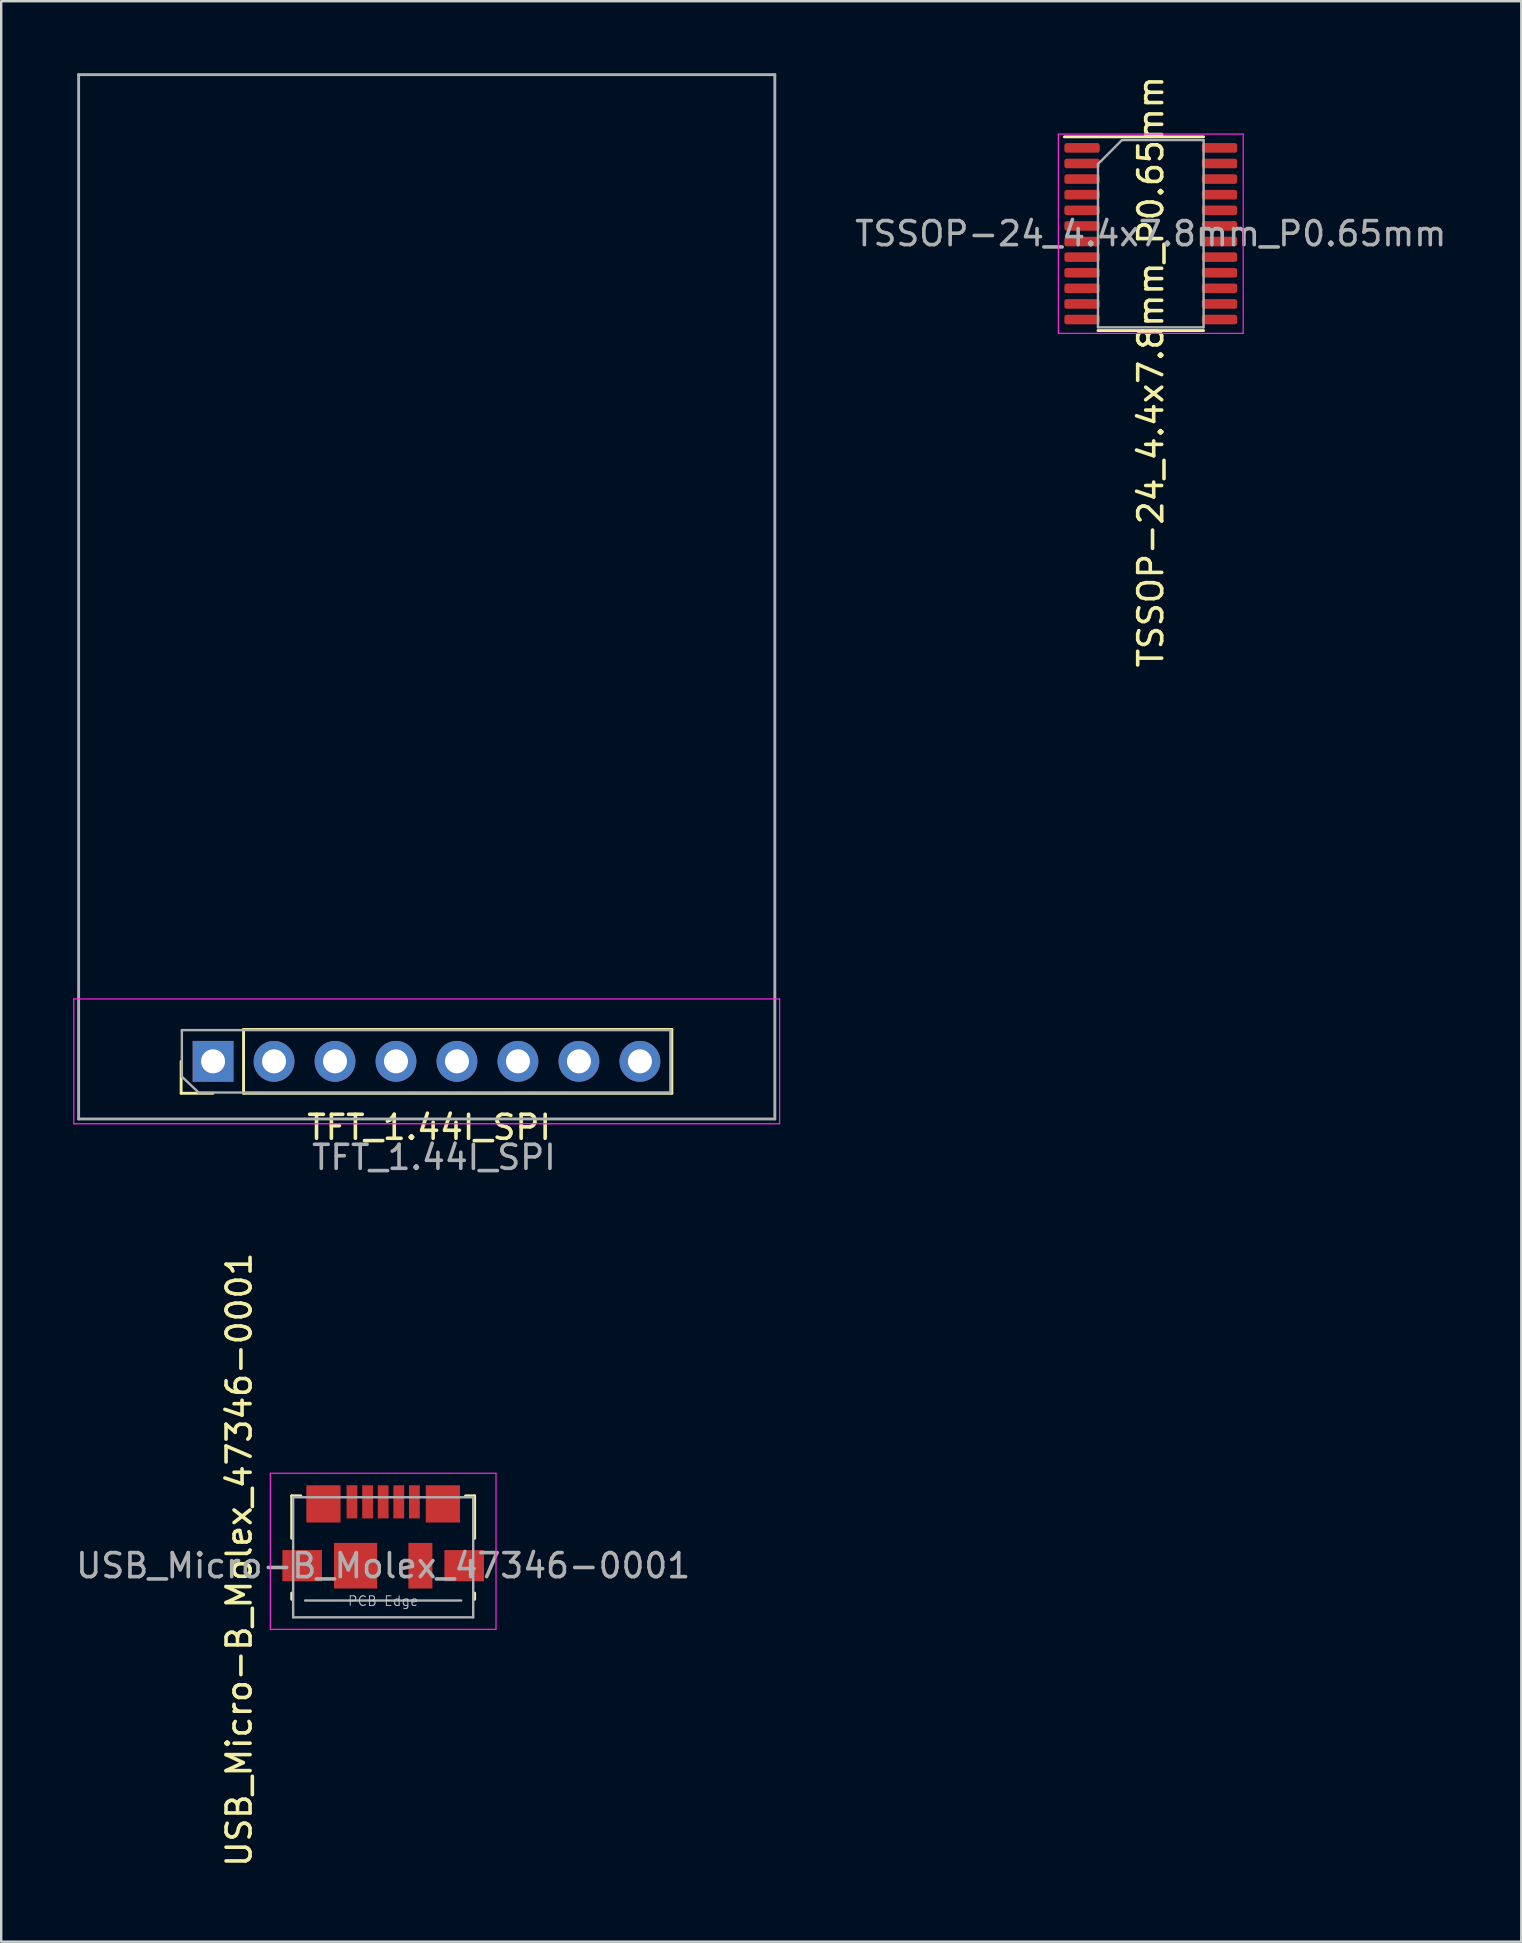
<source format=kicad_pcb>
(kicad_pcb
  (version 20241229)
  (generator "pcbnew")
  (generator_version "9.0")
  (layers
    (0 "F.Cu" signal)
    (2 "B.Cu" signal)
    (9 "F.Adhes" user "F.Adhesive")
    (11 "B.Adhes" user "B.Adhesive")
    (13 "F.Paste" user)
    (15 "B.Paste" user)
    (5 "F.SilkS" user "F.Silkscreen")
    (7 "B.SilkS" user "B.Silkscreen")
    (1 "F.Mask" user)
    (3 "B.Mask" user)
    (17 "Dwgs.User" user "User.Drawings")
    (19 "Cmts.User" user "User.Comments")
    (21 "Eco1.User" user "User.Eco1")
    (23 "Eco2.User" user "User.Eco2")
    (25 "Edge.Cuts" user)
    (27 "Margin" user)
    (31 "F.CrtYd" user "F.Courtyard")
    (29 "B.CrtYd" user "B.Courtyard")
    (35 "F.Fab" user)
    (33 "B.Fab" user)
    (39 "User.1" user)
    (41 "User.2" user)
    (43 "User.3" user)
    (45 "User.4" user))
  (footprint "USB_Micro-B_Molex_47346-0001"
    (layer "F.Cu")
    (at 12.911 60.969)
    (property "Reference" "USB_Micro-B_Molex_47346-0001" (at -6 0.95 90) (layer "F.SilkS") (effects (font (size 1 1) (thickness 0.15))))
    (attr smd)
    (fp_line (start -3.81 -1.71) (end -3.43 -1.71) (stroke (width 0.12) (type solid)) (layer "F.SilkS"))
    (fp_line (start -3.81 0.06) (end -3.81 -1.71) (stroke (width 0.12) (type solid)) (layer "F.SilkS"))
    (fp_line (start -3.81 2.6) (end -3.81 2.34) (stroke (width 0.12) (type solid)) (layer "F.SilkS"))
    (fp_line (start 3.81 -1.71) (end 3.43 -1.71) (stroke (width 0.12) (type solid)) (layer "F.SilkS"))
    (fp_line (start 3.81 -1.71) (end 3.81 0.06) (stroke (width 0.12) (type solid)) (layer "F.SilkS"))
    (fp_line (start 3.81 2.34) (end 3.81 2.6) (stroke (width 0.12) (type solid)) (layer "F.SilkS"))
    (fp_line (start -4.7 -2.65) (end 4.7 -2.65) (stroke (width 0.05) (type solid)) (layer "F.CrtYd"))
    (fp_line (start -4.7 3.85) (end -4.7 -2.65) (stroke (width 0.05) (type solid)) (layer "F.CrtYd"))
    (fp_line (start 4.7 -2.65) (end 4.7 3.85) (stroke (width 0.05) (type solid)) (layer "F.CrtYd"))
    (fp_line (start 4.7 3.85) (end -4.7 3.85) (stroke (width 0.05) (type solid)) (layer "F.CrtYd"))
    (fp_line (start -3.75 -1.65) (end 3.75 -1.65) (stroke (width 0.1) (type solid)) (layer "F.Fab"))
    (fp_line (start -3.75 3.35) (end -3.75 -1.65) (stroke (width 0.1) (type solid)) (layer "F.Fab"))
    (fp_line (start -3.25 2.65) (end 3.25 2.65) (stroke (width 0.1) (type solid)) (layer "F.Fab"))
    (fp_line (start 3.75 -1.65) (end 3.75 3.35) (stroke (width 0.1) (type solid)) (layer "F.Fab"))
    (fp_line (start 3.75 3.35) (end -3.75 3.35) (stroke (width 0.1) (type solid)) (layer "F.Fab"))
    (fp_text user "PCB Edge" (at 0 2.67 180) (layer "Dwgs.User") (effects (font (size 0.4 0.4) (thickness 0.04))))
    (fp_text user "${REFERENCE}" (at 0 1.2 0) (layer "F.Fab") (effects (font (size 1 1) (thickness 0.15))))
    (pad "1" smd rect (at -1.3 -1.46) (size 0.45 1.38) (layers "F.Cu" "F.Mask" "F.Paste"))
    (pad "2" smd rect (at -0.65 -1.46) (size 0.45 1.38) (layers "F.Cu" "F.Mask" "F.Paste"))
    (pad "3" smd rect (at 0 -1.46) (size 0.45 1.38) (layers "F.Cu" "F.Mask" "F.Paste"))
    (pad "4" smd rect (at 0.65 -1.46) (size 0.45 1.38) (layers "F.Cu" "F.Mask" "F.Paste"))
    (pad "5" smd rect (at 1.3 -1.46) (size 0.45 1.38) (layers "F.Cu" "F.Mask" "F.Paste"))
    (pad "6" smd rect (at -3.375 1.2) (size 1.65 1.3) (layers "F.Cu" "F.Mask" "F.Paste"))
    (pad "6" smd rect (at -2.487 -1.375) (size 1.425 1.55) (layers "F.Cu" "F.Mask" "F.Paste"))
    (pad "6" smd rect (at -1.15 1.2) (size 1.8 1.9) (layers "F.Cu" "F.Mask" "F.Paste"))
    (pad "6" smd rect (at 1.55 1.2) (size 1 1.9) (layers "F.Cu" "F.Mask" "F.Paste"))
    (pad "6" smd rect (at 2.487 -1.375) (size 1.425 1.55) (layers "F.Cu" "F.Mask" "F.Paste"))
    (pad "6" smd rect (at 3.375 1.2) (size 1.65 1.3) (layers "F.Cu" "F.Mask" "F.Paste")))
  (footprint "TSSOP-24_4.4x7.8mm_P0.65mm"
    (layer "F.Cu")
    (at 44.885 6.685)
    (property "Reference" "TSSOP-24_4.4x7.8mm_P0.65mm" (at 0 5.75 90) (layer "F.SilkS") (effects (font (size 1 1) (thickness 0.15))))
    (attr smd)
    (fp_line (start 0 -4.035) (end -3.6 -4.035) (stroke (width 0.12) (type solid)) (layer "F.SilkS"))
    (fp_line (start 0 -4.035) (end 2.2 -4.035) (stroke (width 0.12) (type solid)) (layer "F.SilkS"))
    (fp_line (start 0 4.035) (end -2.2 4.035) (stroke (width 0.12) (type solid)) (layer "F.SilkS"))
    (fp_line (start 0 4.035) (end 2.2 4.035) (stroke (width 0.12) (type solid)) (layer "F.SilkS"))
    (fp_line (start -3.85 -4.15) (end -3.85 4.15) (stroke (width 0.05) (type solid)) (layer "F.CrtYd"))
    (fp_line (start -3.85 4.15) (end 3.85 4.15) (stroke (width 0.05) (type solid)) (layer "F.CrtYd"))
    (fp_line (start 3.85 -4.15) (end -3.85 -4.15) (stroke (width 0.05) (type solid)) (layer "F.CrtYd"))
    (fp_line (start 3.85 4.15) (end 3.85 -4.15) (stroke (width 0.05) (type solid)) (layer "F.CrtYd"))
    (fp_line (start -2.2 -2.9) (end -1.2 -3.9) (stroke (width 0.1) (type solid)) (layer "F.Fab"))
    (fp_line (start -2.2 3.9) (end -2.2 -2.9) (stroke (width 0.1) (type solid)) (layer "F.Fab"))
    (fp_line (start -1.2 -3.9) (end 2.2 -3.9) (stroke (width 0.1) (type solid)) (layer "F.Fab"))
    (fp_line (start 2.2 -3.9) (end 2.2 3.9) (stroke (width 0.1) (type solid)) (layer "F.Fab"))
    (fp_line (start 2.2 3.9) (end -2.2 3.9) (stroke (width 0.1) (type solid)) (layer "F.Fab"))
    (fp_text user "${REFERENCE}" (at 0 0 0) (layer "F.Fab") (effects (font (size 1 1) (thickness 0.15))))
    (pad "1" smd roundrect (at -2.862 -3.575) (size 1.475 0.4) (layers "F.Cu" "F.Mask" "F.Paste") (roundrect_rratio 0.25))
    (pad "2" smd roundrect (at -2.862 -2.925) (size 1.475 0.4) (layers "F.Cu" "F.Mask" "F.Paste") (roundrect_rratio 0.25))
    (pad "3" smd roundrect (at -2.862 -2.275) (size 1.475 0.4) (layers "F.Cu" "F.Mask" "F.Paste") (roundrect_rratio 0.25))
    (pad "4" smd roundrect (at -2.862 -1.625) (size 1.475 0.4) (layers "F.Cu" "F.Mask" "F.Paste") (roundrect_rratio 0.25))
    (pad "5" smd roundrect (at -2.862 -0.975) (size 1.475 0.4) (layers "F.Cu" "F.Mask" "F.Paste") (roundrect_rratio 0.25))
    (pad "6" smd roundrect (at -2.862 -0.325) (size 1.475 0.4) (layers "F.Cu" "F.Mask" "F.Paste") (roundrect_rratio 0.25))
    (pad "7" smd roundrect (at -2.862 0.325) (size 1.475 0.4) (layers "F.Cu" "F.Mask" "F.Paste") (roundrect_rratio 0.25))
    (pad "8" smd roundrect (at -2.862 0.975) (size 1.475 0.4) (layers "F.Cu" "F.Mask" "F.Paste") (roundrect_rratio 0.25))
    (pad "9" smd roundrect (at -2.862 1.625) (size 1.475 0.4) (layers "F.Cu" "F.Mask" "F.Paste") (roundrect_rratio 0.25))
    (pad "10" smd roundrect (at -2.862 2.275) (size 1.475 0.4) (layers "F.Cu" "F.Mask" "F.Paste") (roundrect_rratio 0.25))
    (pad "11" smd roundrect (at -2.862 2.925) (size 1.475 0.4) (layers "F.Cu" "F.Mask" "F.Paste") (roundrect_rratio 0.25))
    (pad "12" smd roundrect (at -2.862 3.575) (size 1.475 0.4) (layers "F.Cu" "F.Mask" "F.Paste") (roundrect_rratio 0.25))
    (pad "13" smd roundrect (at 2.862 3.575) (size 1.475 0.4) (layers "F.Cu" "F.Mask" "F.Paste") (roundrect_rratio 0.25))
    (pad "14" smd roundrect (at 2.862 2.925) (size 1.475 0.4) (layers "F.Cu" "F.Mask" "F.Paste") (roundrect_rratio 0.25))
    (pad "15" smd roundrect (at 2.862 2.275) (size 1.475 0.4) (layers "F.Cu" "F.Mask" "F.Paste") (roundrect_rratio 0.25))
    (pad "16" smd roundrect (at 2.862 1.625) (size 1.475 0.4) (layers "F.Cu" "F.Mask" "F.Paste") (roundrect_rratio 0.25))
    (pad "17" smd roundrect (at 2.862 0.975) (size 1.475 0.4) (layers "F.Cu" "F.Mask" "F.Paste") (roundrect_rratio 0.25))
    (pad "18" smd roundrect (at 2.862 0.325) (size 1.475 0.4) (layers "F.Cu" "F.Mask" "F.Paste") (roundrect_rratio 0.25))
    (pad "19" smd roundrect (at 2.862 -0.325) (size 1.475 0.4) (layers "F.Cu" "F.Mask" "F.Paste") (roundrect_rratio 0.25))
    (pad "20" smd roundrect (at 2.862 -0.975) (size 1.475 0.4) (layers "F.Cu" "F.Mask" "F.Paste") (roundrect_rratio 0.25))
    (pad "21" smd roundrect (at 2.862 -1.625) (size 1.475 0.4) (layers "F.Cu" "F.Mask" "F.Paste") (roundrect_rratio 0.25))
    (pad "22" smd roundrect (at 2.862 -2.275) (size 1.475 0.4) (layers "F.Cu" "F.Mask" "F.Paste") (roundrect_rratio 0.25))
    (pad "23" smd roundrect (at 2.862 -2.925) (size 1.475 0.4) (layers "F.Cu" "F.Mask" "F.Paste") (roundrect_rratio 0.25))
    (pad "24" smd roundrect (at 2.862 -3.575) (size 1.475 0.4) (layers "F.Cu" "F.Mask" "F.Paste") (roundrect_rratio 0.25)))
  (footprint "TFT_1.44I_SPI"
    (layer "F.Cu")
    (at 5.825 41.16)
    (property "Reference" "TFT_1.44I_SPI" (at 9 2.75 0) (layer "F.SilkS") (effects (font (size 1 1) (thickness 0.15))))
    (attr through_hole)
    (fp_line (start -1.33 1.33) (end -1.33 0) (stroke (width 0.12) (type solid)) (layer "F.SilkS"))
    (fp_line (start 0 1.33) (end -1.33 1.33) (stroke (width 0.12) (type solid)) (layer "F.SilkS"))
    (fp_line (start 1.27 -1.33) (end 19.11 -1.33) (stroke (width 0.12) (type solid)) (layer "F.SilkS"))
    (fp_line (start 1.27 1.33) (end 1.27 -1.33) (stroke (width 0.12) (type solid)) (layer "F.SilkS"))
    (fp_line (start 1.27 1.33) (end 19.11 1.33) (stroke (width 0.12) (type solid)) (layer "F.SilkS"))
    (fp_line (start 19.11 1.33) (end 19.11 -1.33) (stroke (width 0.12) (type solid)) (layer "F.SilkS"))
    (fp_line (start -5.8 -2.6) (end -5.8 2.6) (stroke (width 0.05) (type solid)) (layer "F.CrtYd"))
    (fp_line (start -5.8 2.6) (end 23.6 2.6) (stroke (width 0.05) (type solid)) (layer "F.CrtYd"))
    (fp_line (start 23.6 -2.6) (end -5.8 -2.6) (stroke (width 0.05) (type solid)) (layer "F.CrtYd"))
    (fp_line (start 23.6 2.6) (end 23.6 -2.6) (stroke (width 0.05) (type solid)) (layer "F.CrtYd"))
    (fp_line (start -5.6 -41.1) (end 23.4 -41.1) (stroke (width 0.12) (type solid)) (layer "F.Fab"))
    (fp_line (start -5.6 2.4) (end -5.6 -41.1) (stroke (width 0.12) (type solid)) (layer "F.Fab"))
    (fp_line (start -1.3 -1.3) (end 19.05 -1.3) (stroke (width 0.1) (type solid)) (layer "F.Fab"))
    (fp_line (start -1.3 0.635) (end -1.3 -1.3) (stroke (width 0.1) (type solid)) (layer "F.Fab"))
    (fp_line (start -0.6 1.3) (end -1.3 0.635) (stroke (width 0.1) (type solid)) (layer "F.Fab"))
    (fp_line (start 19.05 -1.3) (end 19.05 1.3) (stroke (width 0.1) (type solid)) (layer "F.Fab"))
    (fp_line (start 19.05 1.3) (end -0.6 1.3) (stroke (width 0.1) (type solid)) (layer "F.Fab"))
    (fp_line (start 23.4 -41.1) (end 23.4 2.4) (stroke (width 0.12) (type solid)) (layer "F.Fab"))
    (fp_line (start 23.4 2.4) (end -5.6 2.4) (stroke (width 0.12) (type solid)) (layer "F.Fab"))
    (fp_text user "${REFERENCE}" (at 9.2 4 0) (layer "F.Fab") (effects (font (size 1 1) (thickness 0.15))))
    (pad "1" thru_hole rect (at 0 0 90) (size 1.7 1.7) (drill 1) (layers "*.Cu" "*.Mask"))
    (pad "2" thru_hole oval (at 2.54 0 90) (size 1.7 1.7) (drill 1) (layers "*.Cu" "*.Mask"))
    (pad "3" thru_hole oval (at 5.08 0 90) (size 1.7 1.7) (drill 1) (layers "*.Cu" "*.Mask"))
    (pad "4" thru_hole oval (at 7.62 0 90) (size 1.7 1.7) (drill 1) (layers "*.Cu" "*.Mask"))
    (pad "5" thru_hole oval (at 10.16 0 90) (size 1.7 1.7) (drill 1) (layers "*.Cu" "*.Mask"))
    (pad "6" thru_hole oval (at 12.7 0 90) (size 1.7 1.7) (drill 1) (layers "*.Cu" "*.Mask"))
    (pad "7" thru_hole oval (at 15.24 0 90) (size 1.7 1.7) (drill 1) (layers "*.Cu" "*.Mask"))
    (pad "8" thru_hole oval (at 17.78 0 90) (size 1.7 1.7) (drill 1) (layers "*.Cu" "*.Mask")))
  (gr_rect
    (start -3 -3)
    (end 60.319 77.83)
    (stroke (width 0.1) (type default))
    (fill no)
    (layer "Edge.Cuts")))
</source>
